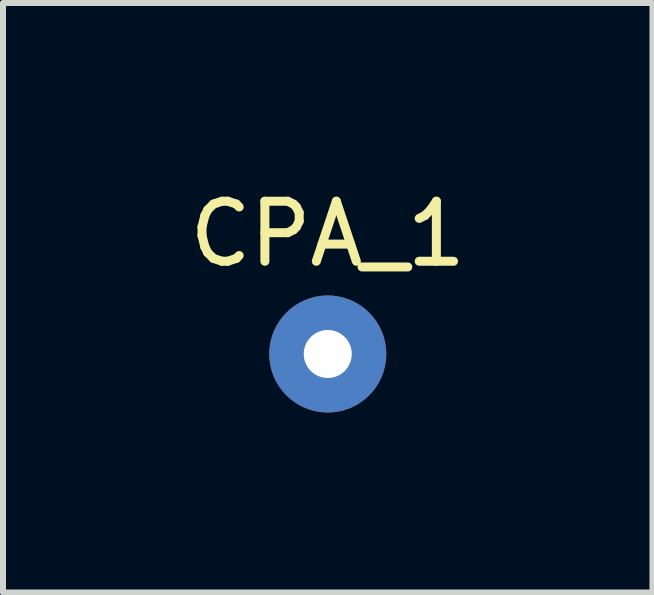
<source format=kicad_pcb>
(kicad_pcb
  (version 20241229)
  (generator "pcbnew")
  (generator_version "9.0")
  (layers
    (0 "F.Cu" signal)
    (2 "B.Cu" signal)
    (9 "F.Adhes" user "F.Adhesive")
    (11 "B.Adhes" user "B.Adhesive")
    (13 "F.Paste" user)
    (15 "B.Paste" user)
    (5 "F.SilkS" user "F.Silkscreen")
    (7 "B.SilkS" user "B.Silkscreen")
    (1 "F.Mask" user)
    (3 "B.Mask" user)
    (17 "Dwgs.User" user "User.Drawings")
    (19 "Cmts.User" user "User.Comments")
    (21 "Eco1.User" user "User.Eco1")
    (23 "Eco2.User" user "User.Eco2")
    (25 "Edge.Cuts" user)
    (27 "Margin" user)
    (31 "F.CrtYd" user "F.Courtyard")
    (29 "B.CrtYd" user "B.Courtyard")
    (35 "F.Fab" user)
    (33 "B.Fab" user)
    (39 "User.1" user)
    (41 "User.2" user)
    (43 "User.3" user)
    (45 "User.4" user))
  (footprint "CPA_1"
    (layer "F.Cu")
    (at 2.411 2.848)
    (property "Reference" "CPA_1" (at 0 -2 0) (layer "F.SilkS") (effects (font (size 1 1) (thickness 0.15))))
    (pad "1" thru_hole oval (at 0 0) (size 1.95 1.95) (drill 0.8) (layers "*.Cu" "*.Mask")))
  (gr_rect
    (start -3 -3)
    (end 7.821 6.823)
    (stroke (width 0.1) (type default))
    (fill no)
    (layer "Edge.Cuts")))
</source>
